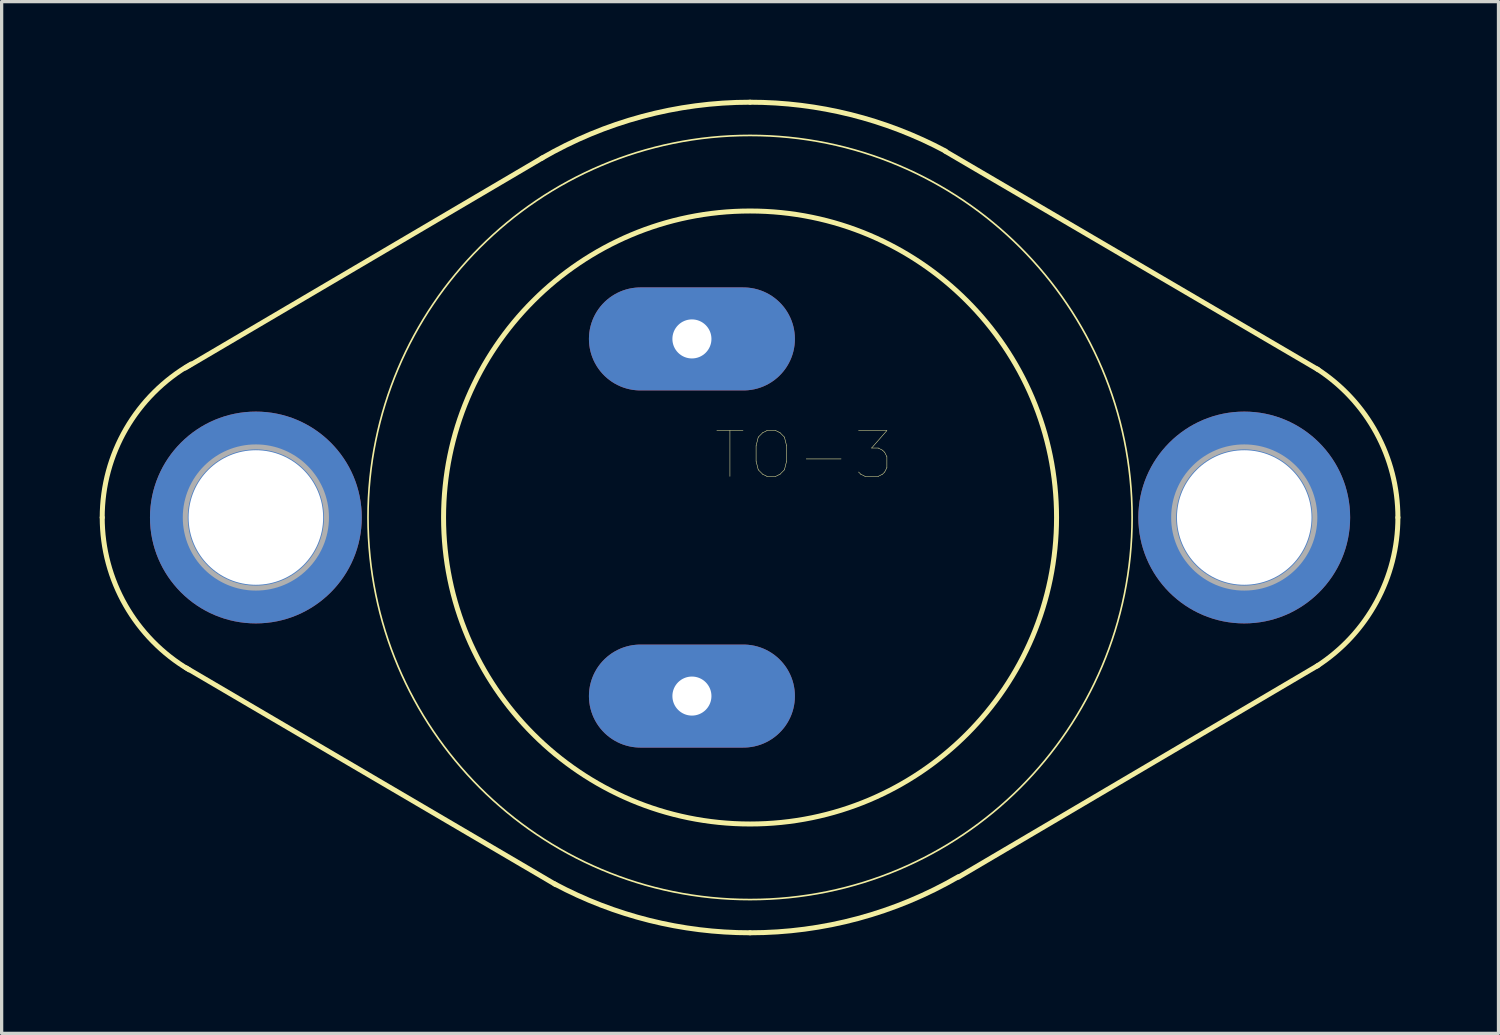
<source format=kicad_pcb>
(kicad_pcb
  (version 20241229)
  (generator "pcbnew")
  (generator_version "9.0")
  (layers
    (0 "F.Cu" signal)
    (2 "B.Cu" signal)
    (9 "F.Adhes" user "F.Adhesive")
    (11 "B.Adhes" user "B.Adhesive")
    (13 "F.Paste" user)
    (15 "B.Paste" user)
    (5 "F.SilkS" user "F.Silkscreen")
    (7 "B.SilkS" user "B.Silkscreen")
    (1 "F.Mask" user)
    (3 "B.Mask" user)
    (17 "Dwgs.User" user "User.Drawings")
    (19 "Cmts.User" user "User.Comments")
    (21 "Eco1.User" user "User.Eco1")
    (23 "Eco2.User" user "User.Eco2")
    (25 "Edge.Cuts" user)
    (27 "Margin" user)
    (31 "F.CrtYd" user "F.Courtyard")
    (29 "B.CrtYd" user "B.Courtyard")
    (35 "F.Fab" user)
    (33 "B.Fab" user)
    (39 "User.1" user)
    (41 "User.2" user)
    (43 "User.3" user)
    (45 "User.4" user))
  (footprint "TO-3"
    (layer "F.Cu")
    (at 19.888 12.776)
    (property "Reference" "TO-3" (at 1.651 -1.905 180) (layer "F.SilkS") (effects (font (size 1.4 1.4) (thickness 0.015))))
    (attr through_hole)
    (fp_line (start -6.35 -10.998) (end -17.272 -4.572) (stroke (width 0.152) (type solid)) (layer "F.SilkS"))
    (fp_line (start -5.944 11.227) (end -17.247 4.597) (stroke (width 0.152) (type solid)) (layer "F.SilkS"))
    (fp_line (start 5.969 -11.201) (end 17.374 -4.521) (stroke (width 0.152) (type solid)) (layer "F.SilkS"))
    (fp_line (start 6.375 10.998) (end 17.374 4.521) (stroke (width 0.152) (type solid)) (layer "F.SilkS"))
    (fp_arc (start -19.812 0) (mid -19.08306 -2.712168) (end -17.0927 -4.6935) (stroke (width 0.1524) (type solid)) (layer "F.SilkS"))
    (fp_arc (start -17.1555 4.657) (mid -19.101186 2.680705) (end -19.812 0) (stroke (width 0.1524) (type solid)) (layer "F.SilkS"))
    (fp_arc (start -6.3718 -10.9859) (mid -3.299165 -12.263988) (end 0 -12.7) (stroke (width 0.1524) (type solid)) (layer "F.SilkS"))
    (fp_arc (start 0 -12.7) (mid 3.080216 -12.320822) (end 5.9765 -11.2059) (stroke (width 0.1524) (type solid)) (layer "F.SilkS"))
    (fp_arc (start 0 12.7) (mid -3.080216 12.320822) (end -5.9765 11.2059) (stroke (width 0.1524) (type solid)) (layer "F.SilkS"))
    (fp_arc (start 6.3718 10.9859) (mid 3.299165 12.263988) (end 0 12.7) (stroke (width 0.1524) (type solid)) (layer "F.SilkS"))
    (fp_arc (start 17.3366 -4.545) (mid 19.153011 -2.587691) (end 19.812 0) (stroke (width 0.1524) (type solid)) (layer "F.SilkS"))
    (fp_arc (start 19.812 0) (mid 19.153011 2.587691) (end 17.3366 4.545) (stroke (width 0.1524) (type solid)) (layer "F.SilkS"))
    (fp_circle (center 0 0) (end 9.373 0) (stroke (width 0.152) (type solid)) (fill no) (layer "F.SilkS"))
    (fp_circle (center 0 0) (end 11.684 0) (stroke (width 0.051) (type solid)) (fill no) (layer "F.SilkS"))
    (fp_circle (center -15.113 0) (end -12.954 0) (stroke (width 0.152) (type solid)) (fill no) (layer "F.Fab"))
    (fp_circle (center 15.113 0) (end 17.272 0) (stroke (width 0.152) (type solid)) (fill no) (layer "F.Fab"))
    (pad "B" thru_hole oval (at -1.778 -5.461) (size 6.299 3.15) (drill 1.194) (layers "*.Cu" "*.Mask"))
    (pad "C" thru_hole circle (at 15.113 0) (size 6.477 6.477) (drill 4.115) (layers "*.Cu" "*.Mask"))
    (pad "C1" thru_hole circle (at -15.113 0) (size 6.477 6.477) (drill 4.115) (layers "*.Cu" "*.Mask"))
    (pad "E" thru_hole oval (at -1.778 5.461) (size 6.299 3.15) (drill 1.194) (layers "*.Cu" "*.Mask")))
  (gr_rect
    (start -3 -3)
    (end 42.776 28.552)
    (stroke (width 0.1) (type default))
    (fill no)
    (layer "Edge.Cuts")))
</source>
